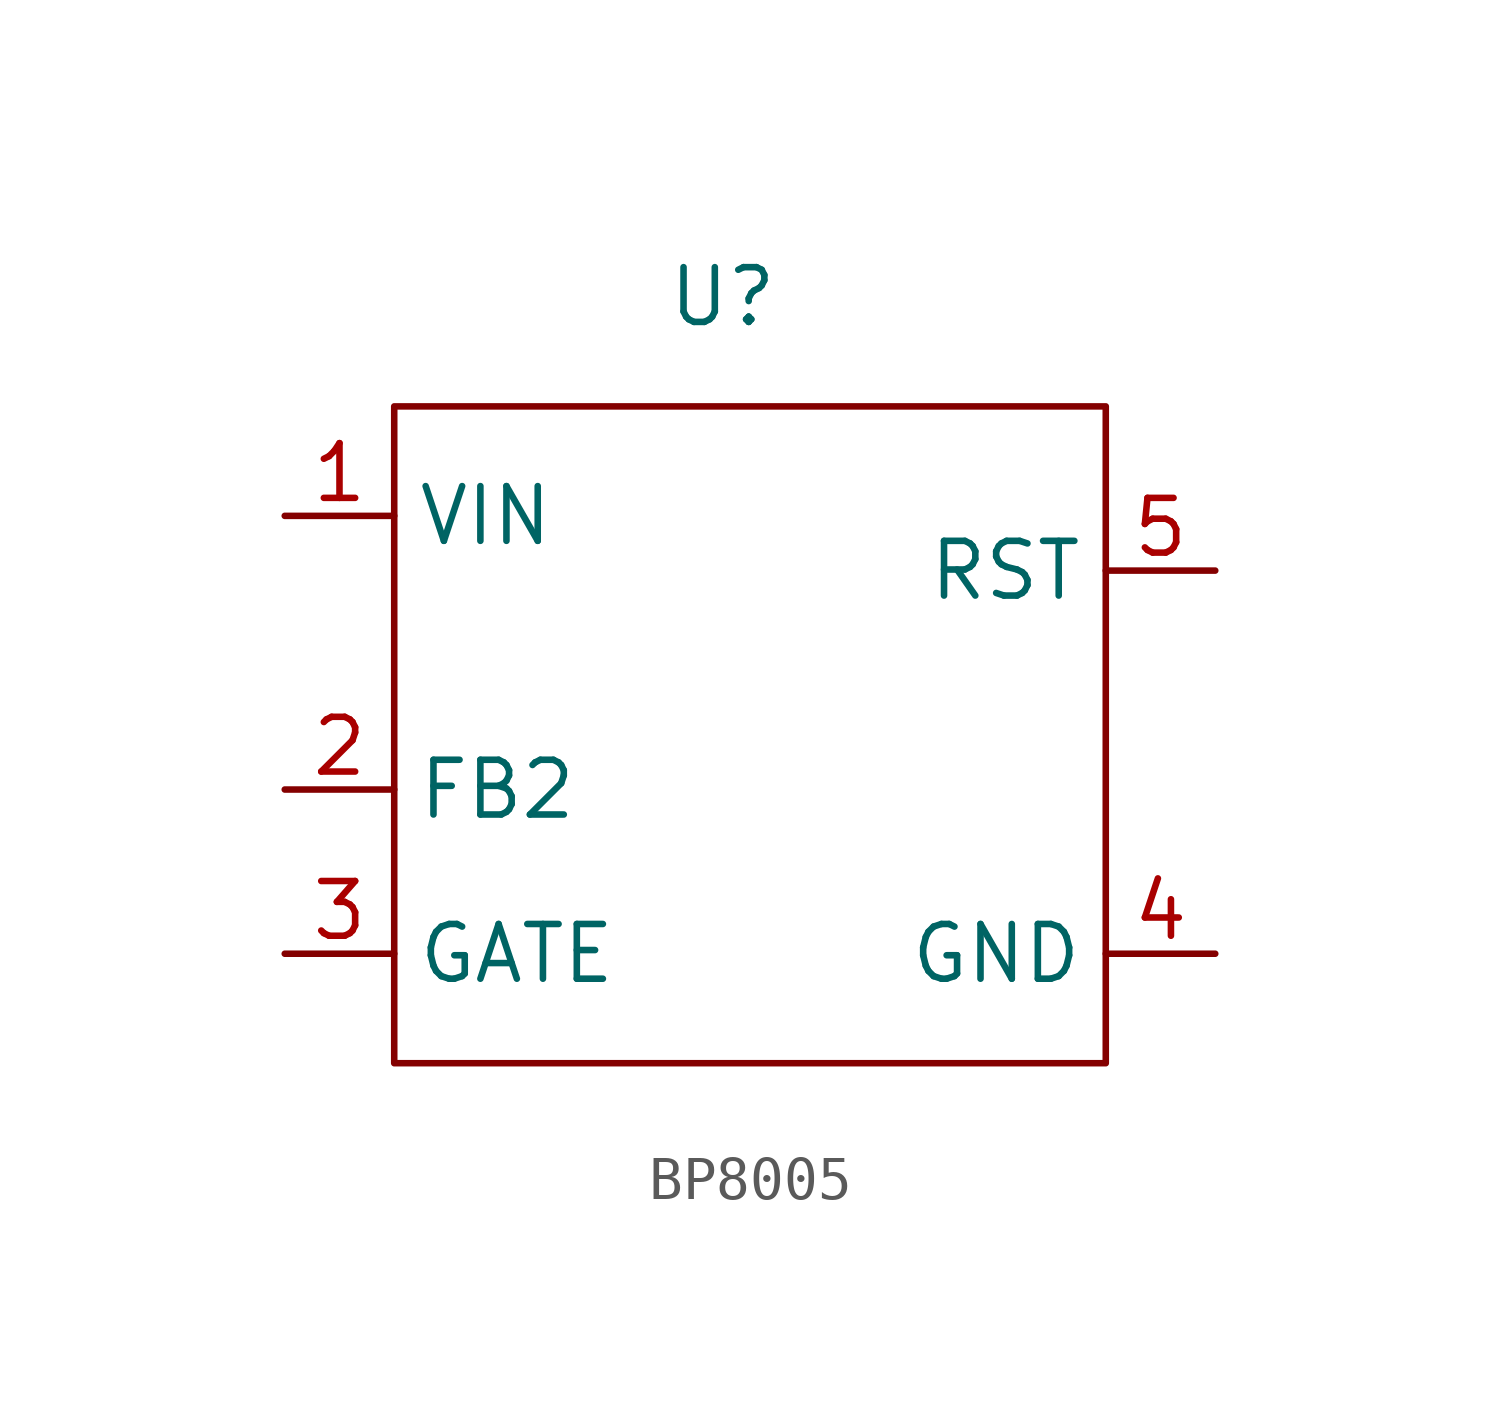
<source format=kicad_sym>
(kicad_symbol_lib
  (version 20241209)
  (generator "kicad_symbol_editor")
  (generator_version "9.0")
  (symbol "BP8005"
    (property "Reference" "U"
      (at 0 0 0)
      (effects (font (size 1.27 1.27))))
    (property "Value" ""
      (at 0 0 0)
      (effects (font (size 1.27 1.27))))
    (symbol "BP8005_0_1"
      (rectangle (start -7.62 -2.54) (end 8.89 -17.78) (stroke (width 0) (type default)) (fill (type none))))
    (symbol "BP8005_1_1"
      (pin passive line (at -10.16 -5.08 0) (length 2.54) (name "VIN" (effects (font (size 1.27 1.27)))) (number "1" (effects (font (size 1.27 1.27)))))
      (pin passive line (at -10.16 -11.43 0) (length 2.54) (name "FB2" (effects (font (size 1.27 1.27)))) (number "2" (effects (font (size 1.27 1.27)))))
      (pin passive line (at -10.16 -15.24 0) (length 2.54) (name "GATE" (effects (font (size 1.27 1.27)))) (number "3" (effects (font (size 1.27 1.27)))))
      (pin passive line (at 11.43 -6.35 180) (length 2.54) (name "RST" (effects (font (size 1.27 1.27)))) (number "5" (effects (font (size 1.27 1.27)))))
      (pin passive line (at 11.43 -15.24 180) (length 2.54) (name "GND" (effects (font (size 1.27 1.27)))) (number "4" (effects (font (size 1.27 1.27))))))))
</source>
